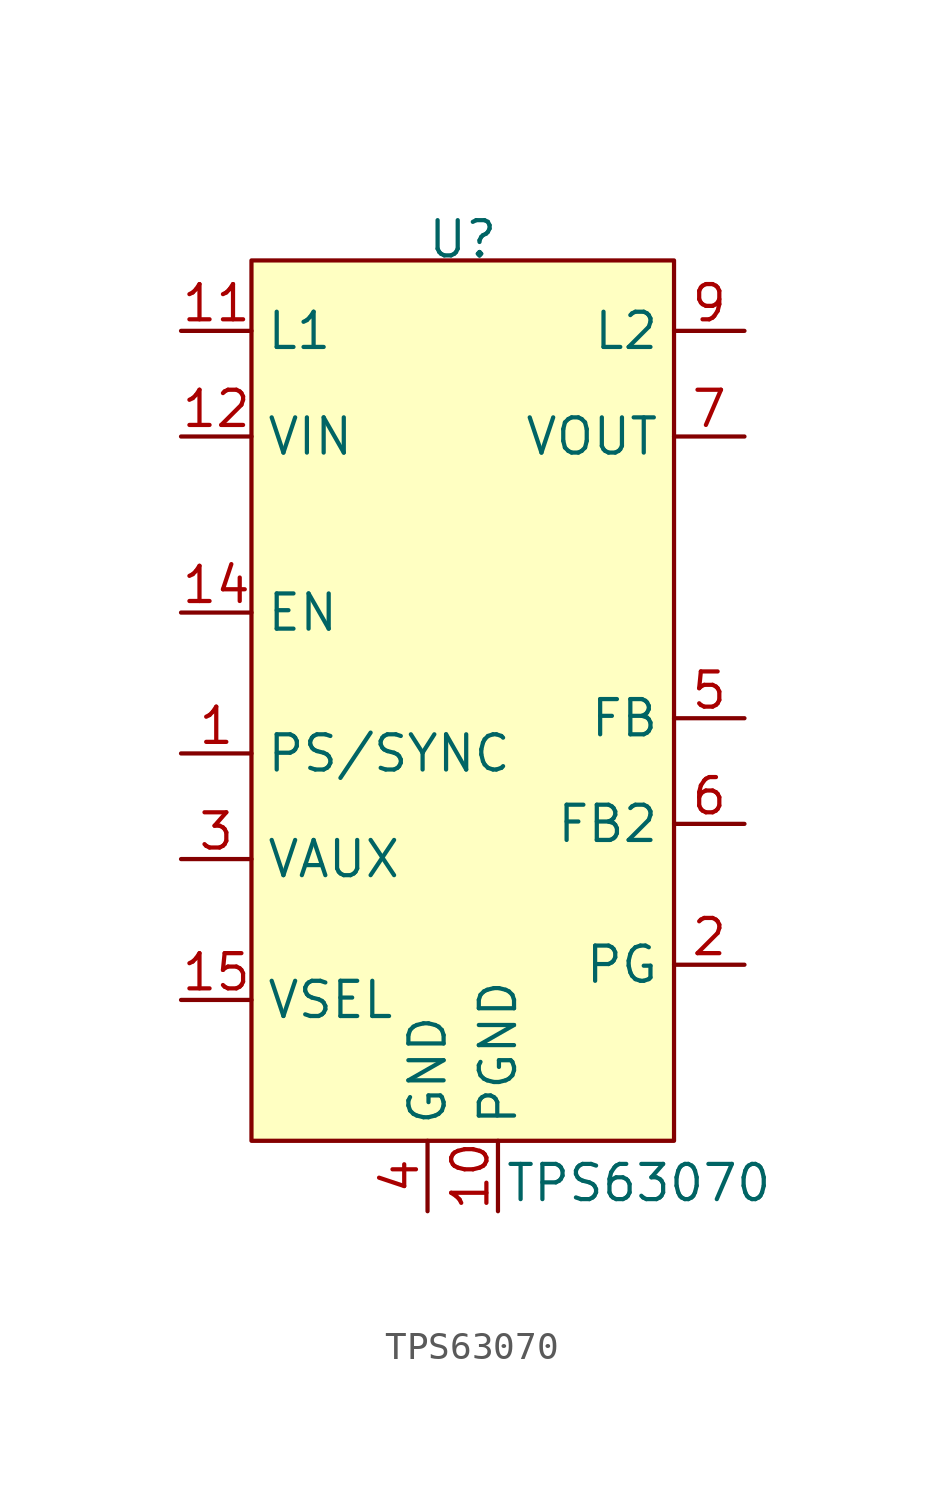
<source format=kicad_sym>
(kicad_symbol_lib
  (version 20231120)
  (generator "kicad_symbol_editor")
  (generator_version "8.0")
  (symbol "TPS63070"
    (property "Reference" "U"
      (at 0 2.032 0)
      (effects (font (size 1.27 1.27))))
    (property "Value" "TPS63070"
      (at 6.35 -32.004 0)
      (effects (font (size 1.27 1.27))))
    (symbol "TPS63070_1_1"
      (rectangle (start -7.62 1.27) (end 7.62 -30.48) (stroke (width 0) (type default)) (fill (type background)))
      (pin input line (at -10.16 -16.51 0) (length 2.54) (name "PS/SYNC" (effects (font (size 1.27 1.27)))) (number "1" (effects (font (size 1.27 1.27)))))
      (pin input line (at 1.27 -33.02 90) (length 2.54) (name "PGND" (effects (font (size 1.27 1.27)))) (number "10" (effects (font (size 1.27 1.27)))))
      (pin input line (at -10.16 -1.27 0) (length 2.54) (name "L1" (effects (font (size 1.27 1.27)))) (number "11" (effects (font (size 1.27 1.27)))))
      (pin input line (at -10.16 -5.08 0) (length 2.54) (name "VIN" (effects (font (size 1.27 1.27)))) (number "12" (effects (font (size 1.27 1.27)))))
      (pin input line (at -10.16 -5.08 0) (length 2.54) hide (name "VIN" (effects (font (size 1.27 1.27)))) (number "13" (effects (font (size 1.27 1.27)))))
      (pin input line (at -10.16 -11.43 0) (length 2.54) (name "EN" (effects (font (size 1.27 1.27)))) (number "14" (effects (font (size 1.27 1.27)))))
      (pin input line (at -10.16 -25.4 0) (length 2.54) (name "VSEL" (effects (font (size 1.27 1.27)))) (number "15" (effects (font (size 1.27 1.27)))))
      (pin input line (at 10.16 -24.13 180) (length 2.54) (name "PG" (effects (font (size 1.27 1.27)))) (number "2" (effects (font (size 1.27 1.27)))))
      (pin input line (at -10.16 -20.32 0) (length 2.54) (name "VAUX" (effects (font (size 1.27 1.27)))) (number "3" (effects (font (size 1.27 1.27)))))
      (pin input line (at -1.27 -33.02 90) (length 2.54) (name "GND" (effects (font (size 1.27 1.27)))) (number "4" (effects (font (size 1.27 1.27)))))
      (pin input line (at 10.16 -15.24 180) (length 2.54) (name "FB" (effects (font (size 1.27 1.27)))) (number "5" (effects (font (size 1.27 1.27)))))
      (pin input line (at 10.16 -19.05 180) (length 2.54) (name "FB2" (effects (font (size 1.27 1.27)))) (number "6" (effects (font (size 1.27 1.27)))))
      (pin input line (at 10.16 -5.08 180) (length 2.54) (name "VOUT" (effects (font (size 1.27 1.27)))) (number "7" (effects (font (size 1.27 1.27)))))
      (pin input line (at 10.16 -5.08 180) (length 2.54) hide (name "VOUT" (effects (font (size 1.27 1.27)))) (number "8" (effects (font (size 1.27 1.27)))))
      (pin input line (at 10.16 -1.27 180) (length 2.54) (name "L2" (effects (font (size 1.27 1.27)))) (number "9" (effects (font (size 1.27 1.27))))))))
</source>
